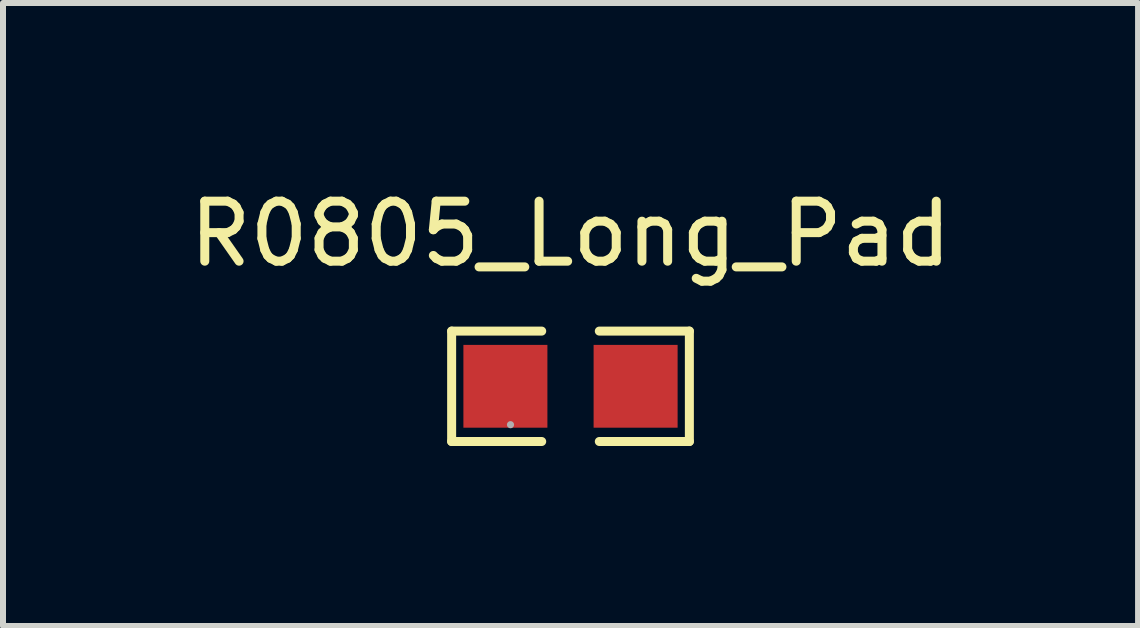
<source format=kicad_pcb>
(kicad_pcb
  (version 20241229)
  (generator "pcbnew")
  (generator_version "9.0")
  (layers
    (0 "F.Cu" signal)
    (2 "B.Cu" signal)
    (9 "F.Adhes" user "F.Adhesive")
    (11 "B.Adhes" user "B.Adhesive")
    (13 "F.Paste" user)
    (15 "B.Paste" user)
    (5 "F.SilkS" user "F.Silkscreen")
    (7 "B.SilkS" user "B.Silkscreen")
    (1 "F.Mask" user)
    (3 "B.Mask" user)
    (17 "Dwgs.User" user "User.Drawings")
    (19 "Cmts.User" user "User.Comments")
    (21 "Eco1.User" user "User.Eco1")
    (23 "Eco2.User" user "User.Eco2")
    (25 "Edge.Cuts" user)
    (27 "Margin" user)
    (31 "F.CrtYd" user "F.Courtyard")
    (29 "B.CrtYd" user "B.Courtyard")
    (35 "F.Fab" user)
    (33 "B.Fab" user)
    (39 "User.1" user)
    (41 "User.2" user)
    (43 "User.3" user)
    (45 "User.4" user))
  (footprint "R0805_Long_Pad"
    (layer "F.Cu")
    (at 6.458 3.388)
    (property "Reference" "R0805_Long_Pad" (at 0 -2.54 0) (layer "F.SilkS") (effects (font (size 1 1) (thickness 0.15))))
    (attr smd)
    (fp_line (start -1.981 -0.92) (end -0.48 -0.92) (stroke (width 0.15) (type solid)) (layer "F.SilkS"))
    (fp_line (start -1.981 0.92) (end -1.981 -0.92) (stroke (width 0.15) (type solid)) (layer "F.SilkS"))
    (fp_line (start -0.48 0.92) (end -1.981 0.92) (stroke (width 0.15) (type solid)) (layer "F.SilkS"))
    (fp_line (start 0.48 0.92) (end 1.981 0.92) (stroke (width 0.15) (type solid)) (layer "F.SilkS"))
    (fp_line (start 1.981 -0.92) (end 0.48 -0.92) (stroke (width 0.15) (type solid)) (layer "F.SilkS"))
    (fp_line (start 1.981 0.92) (end 1.981 -0.92) (stroke (width 0.15) (type solid)) (layer "F.SilkS"))
    (fp_circle (center -1 0.64) (end -0.97 0.64) (stroke (width 0.06) (type solid)) (fill no) (layer "F.Fab"))
    (pad "1" smd rect (at -1.085 0) (size 1.4 1.38) (layers "F.Cu" "F.Mask" "F.Paste"))
    (pad "2" smd rect (at 1.085 0) (size 1.4 1.38) (layers "F.Cu" "F.Mask" "F.Paste")))
  (gr_rect
    (start -3 -3)
    (end 15.917 7.383)
    (stroke (width 0.1) (type default))
    (fill no)
    (layer "Edge.Cuts")))
</source>
